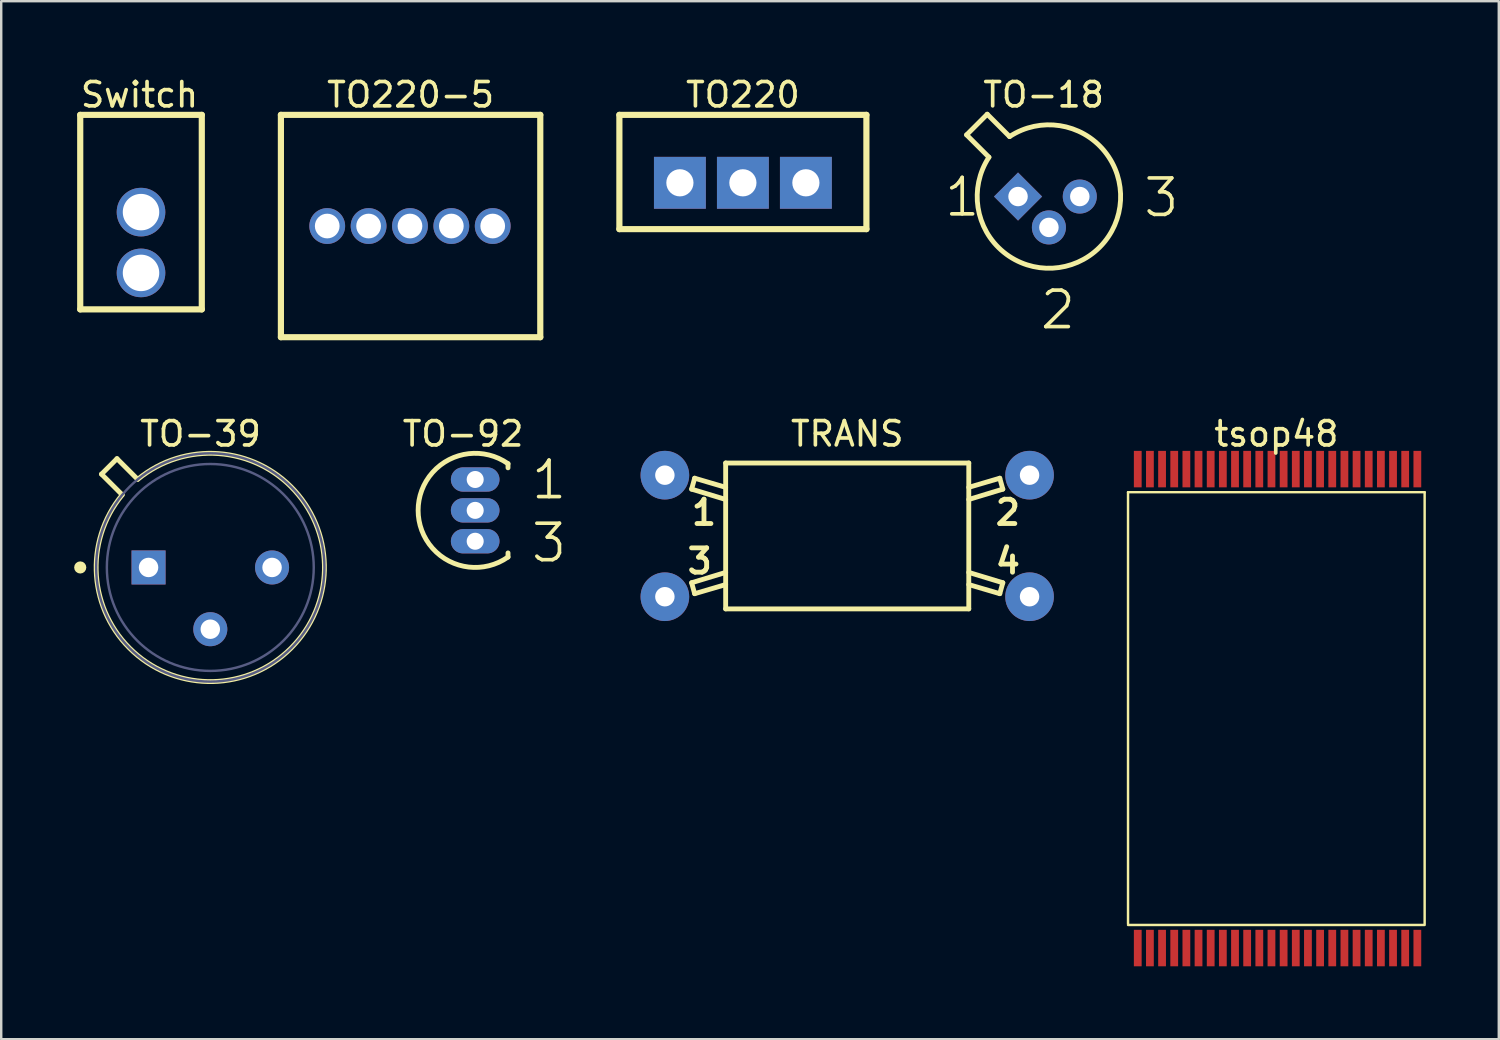
<source format=kicad_pcb>
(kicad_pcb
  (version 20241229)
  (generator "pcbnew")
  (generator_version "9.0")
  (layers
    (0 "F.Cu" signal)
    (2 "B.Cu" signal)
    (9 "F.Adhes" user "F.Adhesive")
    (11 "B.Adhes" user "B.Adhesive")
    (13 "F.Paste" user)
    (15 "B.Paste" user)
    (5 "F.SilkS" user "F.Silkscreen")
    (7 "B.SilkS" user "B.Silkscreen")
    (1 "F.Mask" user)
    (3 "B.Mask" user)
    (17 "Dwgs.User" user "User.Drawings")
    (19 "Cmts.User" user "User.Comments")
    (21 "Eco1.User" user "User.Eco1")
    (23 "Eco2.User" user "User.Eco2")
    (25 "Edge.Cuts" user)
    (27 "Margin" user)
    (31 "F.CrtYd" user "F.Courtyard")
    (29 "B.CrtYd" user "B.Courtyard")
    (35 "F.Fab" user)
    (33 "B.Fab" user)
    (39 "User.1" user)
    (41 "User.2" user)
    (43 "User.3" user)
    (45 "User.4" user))
  (footprint "tsop48"
    (layer "F.Cu")
    (at 44.747 26.095)
    (property "Reference" "tsop48" (at 4.7 -11.3 0) (layer "F.SilkS") (effects (font (size 1 1) (thickness 0.15))))
    (fp_line (start -1.4 -8.9) (end 10.8 -8.9) (stroke (width 0.1) (type solid)) (layer "F.SilkS"))
    (fp_line (start -1.4 8.85) (end -1.4 -8.9) (stroke (width 0.1) (type solid)) (layer "F.SilkS"))
    (fp_line (start -1.4 8.9) (end 10.8 8.9) (stroke (width 0.1) (type solid)) (layer "F.SilkS"))
    (fp_line (start 10.8 8.85) (end 10.8 -8.9) (stroke (width 0.1) (type solid)) (layer "F.SilkS"))
    (pad "1" smd rect (at -1 9.85) (size 0.32 1.5) (layers "F.Cu" "F.Mask" "F.Paste"))
    (pad "2" smd rect (at -0.5 9.85) (size 0.32 1.5) (layers "F.Cu" "F.Mask" "F.Paste"))
    (pad "3" smd rect (at 0 9.85) (size 0.32 1.5) (layers "F.Cu" "F.Mask" "F.Paste"))
    (pad "4" smd rect (at 0.5 9.85) (size 0.32 1.5) (layers "F.Cu" "F.Mask" "F.Paste"))
    (pad "5" smd rect (at 1 9.85) (size 0.32 1.5) (layers "F.Cu" "F.Mask" "F.Paste"))
    (pad "6" smd rect (at 1.5 9.85) (size 0.32 1.5) (layers "F.Cu" "F.Mask" "F.Paste"))
    (pad "7" smd rect (at 2 9.85) (size 0.32 1.5) (layers "F.Cu" "F.Mask" "F.Paste"))
    (pad "8" smd rect (at 2.5 9.85) (size 0.32 1.5) (layers "F.Cu" "F.Mask" "F.Paste"))
    (pad "9" smd rect (at 3 9.85) (size 0.32 1.5) (layers "F.Cu" "F.Mask" "F.Paste"))
    (pad "10" smd rect (at 3.5 9.85) (size 0.32 1.5) (layers "F.Cu" "F.Mask" "F.Paste"))
    (pad "11" smd rect (at 4 9.85) (size 0.32 1.5) (layers "F.Cu" "F.Mask" "F.Paste"))
    (pad "12" smd rect (at 4.5 9.85) (size 0.32 1.5) (layers "F.Cu" "F.Mask" "F.Paste"))
    (pad "13" smd rect (at 5 9.85) (size 0.32 1.5) (layers "F.Cu" "F.Mask" "F.Paste"))
    (pad "14" smd rect (at 5.5 9.85) (size 0.32 1.5) (layers "F.Cu" "F.Mask" "F.Paste"))
    (pad "15" smd rect (at 6 9.85) (size 0.32 1.5) (layers "F.Cu" "F.Mask" "F.Paste"))
    (pad "16" smd rect (at 6.5 9.85) (size 0.32 1.5) (layers "F.Cu" "F.Mask" "F.Paste"))
    (pad "17" smd rect (at 7 9.85) (size 0.32 1.5) (layers "F.Cu" "F.Mask" "F.Paste"))
    (pad "18" smd rect (at 7.5 9.85) (size 0.32 1.5) (layers "F.Cu" "F.Mask" "F.Paste"))
    (pad "19" smd rect (at 8 9.85) (size 0.32 1.5) (layers "F.Cu" "F.Mask" "F.Paste"))
    (pad "20" smd rect (at 8.5 9.85) (size 0.32 1.5) (layers "F.Cu" "F.Mask" "F.Paste"))
    (pad "21" smd rect (at 9 9.85) (size 0.32 1.5) (layers "F.Cu" "F.Mask" "F.Paste"))
    (pad "22" smd rect (at 9.5 9.85) (size 0.32 1.5) (layers "F.Cu" "F.Mask" "F.Paste"))
    (pad "23" smd rect (at 10 9.85) (size 0.32 1.5) (layers "F.Cu" "F.Mask" "F.Paste"))
    (pad "24" smd rect (at 10.5 9.85) (size 0.32 1.5) (layers "F.Cu" "F.Mask" "F.Paste"))
    (pad "25" smd rect (at 10.5 -9.85) (size 0.32 1.5) (layers "F.Cu" "F.Mask" "F.Paste"))
    (pad "26" smd rect (at 10 -9.85) (size 0.32 1.5) (layers "F.Cu" "F.Mask" "F.Paste"))
    (pad "27" smd rect (at 9.5 -9.85) (size 0.32 1.5) (layers "F.Cu" "F.Mask" "F.Paste"))
    (pad "28" smd rect (at 9 -9.85) (size 0.32 1.5) (layers "F.Cu" "F.Mask" "F.Paste"))
    (pad "29" smd rect (at 8.5 -9.85) (size 0.32 1.5) (layers "F.Cu" "F.Mask" "F.Paste"))
    (pad "30" smd rect (at 8 -9.85) (size 0.32 1.5) (layers "F.Cu" "F.Mask" "F.Paste"))
    (pad "31" smd rect (at 7.5 -9.85) (size 0.32 1.5) (layers "F.Cu" "F.Mask" "F.Paste"))
    (pad "32" smd rect (at 7 -9.85) (size 0.32 1.5) (layers "F.Cu" "F.Mask" "F.Paste"))
    (pad "33" smd rect (at 6.499 -9.85) (size 0.32 1.5) (layers "F.Cu" "F.Mask" "F.Paste"))
    (pad "34" smd rect (at 6 -9.85) (size 0.32 1.5) (layers "F.Cu" "F.Mask" "F.Paste"))
    (pad "35" smd rect (at 5.5 -9.85) (size 0.32 1.5) (layers "F.Cu" "F.Mask" "F.Paste"))
    (pad "36" smd rect (at 5 -9.85) (size 0.32 1.5) (layers "F.Cu" "F.Mask" "F.Paste"))
    (pad "37" smd rect (at 4.5 -9.85) (size 0.32 1.5) (layers "F.Cu" "F.Mask" "F.Paste"))
    (pad "38" smd rect (at 3.999 -9.85) (size 0.32 1.5) (layers "F.Cu" "F.Mask" "F.Paste"))
    (pad "39" smd rect (at 3.5 -9.85) (size 0.32 1.5) (layers "F.Cu" "F.Mask" "F.Paste"))
    (pad "40" smd rect (at 3 -9.85) (size 0.32 1.5) (layers "F.Cu" "F.Mask" "F.Paste"))
    (pad "41" smd rect (at 2.5 -9.85) (size 0.32 1.5) (layers "F.Cu" "F.Mask" "F.Paste"))
    (pad "42" smd rect (at 2 -9.85) (size 0.32 1.5) (layers "F.Cu" "F.Mask" "F.Paste"))
    (pad "43" smd rect (at 1.499 -9.85) (size 0.32 1.5) (layers "F.Cu" "F.Mask" "F.Paste"))
    (pad "44" smd rect (at 1 -9.85) (size 0.32 1.5) (layers "F.Cu" "F.Mask" "F.Paste"))
    (pad "45" smd rect (at 0.5 -9.85) (size 0.32 1.5) (layers "F.Cu" "F.Mask" "F.Paste"))
    (pad "46" smd rect (at 0 -9.85) (size 0.32 1.5) (layers "F.Cu" "F.Mask" "F.Paste"))
    (pad "47" smd rect (at -0.5 -9.85) (size 0.32 1.5) (layers "F.Cu" "F.Mask" "F.Paste"))
    (pad "48" smd rect (at -1 -9.85) (size 0.32 1.5) (layers "F.Cu" "F.Mask" "F.Paste")))
  (footprint "TO-39"
    (layer "F.Cu")
    (at 5.6 20.29)
    (property "Reference" "TO-39" (at -0.403 -5.495 0) (layer "F.SilkS") (effects (font (size 1 1) (thickness 0.15))))
    (fp_line (start -4.475 -3.838) (end -3.838 -4.475) (stroke (width 0.2) (type solid)) (layer "F.SilkS"))
    (fp_line (start -4.475 -3.838) (end -3.626 -2.99) (stroke (width 0.2) (type solid)) (layer "F.SilkS"))
    (fp_line (start -3.838 -4.475) (end -2.99 -3.626) (stroke (width 0.2) (type solid)) (layer "F.SilkS"))
    (fp_arc (start -2.986767 -3.622465) (mid 3.319867 3.319867) (end -3.622465 -2.986767) (stroke (width 0.2) (type solid)) (layer "F.SilkS"))
    (fp_circle (center -5.35 0) (end -5.35 -0.125) (stroke (width 0.25) (type solid)) (fill no) (layer "F.SilkS"))
    (fp_line (start -0.5 0) (end 0.5 0) (stroke (width 0.1) (type solid)) (layer "Eco2.User"))
    (fp_line (start 0 0.5) (end 0 -0.5) (stroke (width 0.1) (type solid)) (layer "Eco2.User"))
    (fp_circle (center 0 0) (end 0 -4.695) (stroke (width 0.1) (type solid)) (fill no) (layer "B.Fab"))
    (fp_circle (center 0 0) (end 0 -4.255) (stroke (width 0.1) (type solid)) (fill no) (layer "B.Fab"))
    (pad "1" thru_hole rect (at -2.54 0) (size 1.4 1.4) (drill 0.8) (layers "*.Cu" "*.Mask"))
    (pad "2" thru_hole circle (at 0 2.54) (size 1.4 1.4) (drill 0.8) (layers "*.Cu" "*.Mask"))
    (pad "3" thru_hole circle (at 2.54 0) (size 1.4 1.4) (drill 0.8) (layers "*.Cu" "*.Mask")))
  (footprint "TRANS"
    (layer "F.Cu")
    (at 31.797 18.994)
    (property "Reference" "TRANS" (at 0 -4.2 0) (layer "F.SilkS") (effects (font (size 1 1) (thickness 0.15))))
    (fp_line (start -6.4 -1.925) (end -6.275 -2.375) (stroke (width 0.2) (type solid)) (layer "F.SilkS"))
    (fp_line (start -6.4 -1.925) (end -5 -1.5) (stroke (width 0.2) (type solid)) (layer "F.SilkS"))
    (fp_line (start -6.4 1.925) (end -6.275 2.375) (stroke (width 0.2) (type solid)) (layer "F.SilkS"))
    (fp_line (start -6.4 1.925) (end -5 1.5) (stroke (width 0.2) (type solid)) (layer "F.SilkS"))
    (fp_line (start -6.275 -2.375) (end -5 -2) (stroke (width 0.2) (type solid)) (layer "F.SilkS"))
    (fp_line (start -6.275 2.375) (end -5 2) (stroke (width 0.2) (type solid)) (layer "F.SilkS"))
    (fp_line (start -5 -3) (end 5 -3) (stroke (width 0.2) (type solid)) (layer "F.SilkS"))
    (fp_line (start -5 3) (end -5 -3) (stroke (width 0.2) (type solid)) (layer "F.SilkS"))
    (fp_line (start -5 3) (end 5 3) (stroke (width 0.2) (type solid)) (layer "F.SilkS"))
    (fp_line (start 5 -2) (end 6.275 -2.375) (stroke (width 0.2) (type solid)) (layer "F.SilkS"))
    (fp_line (start 5 -1.5) (end 6.4 -1.925) (stroke (width 0.2) (type solid)) (layer "F.SilkS"))
    (fp_line (start 5 1.5) (end 6.4 1.925) (stroke (width 0.2) (type solid)) (layer "F.SilkS"))
    (fp_line (start 5 2) (end 6.275 2.375) (stroke (width 0.2) (type solid)) (layer "F.SilkS"))
    (fp_line (start 5 3) (end 5 -3) (stroke (width 0.2) (type solid)) (layer "F.SilkS"))
    (fp_line (start 6.275 -2.375) (end 6.4 -1.925) (stroke (width 0.2) (type solid)) (layer "F.SilkS"))
    (fp_line (start 6.275 2.375) (end 6.4 1.925) (stroke (width 0.2) (type solid)) (layer "F.SilkS"))
    (fp_text user "4" (at 6 1.623 0) (unlocked yes) (layer "F.SilkS") (effects (font (size 1 1) (thickness 0.2)) (justify left bottom)))
    (fp_text user "2" (at 6 -0.378 0) (unlocked yes) (layer "F.SilkS") (effects (font (size 1 1) (thickness 0.2)) (justify left bottom)))
    (fp_text user "3" (at -6.675 1.623 0) (unlocked yes) (layer "F.SilkS") (effects (font (size 1 1) (thickness 0.2)) (justify left bottom)))
    (fp_text user "1" (at -6.5 -0.378 0) (unlocked yes) (layer "F.SilkS") (effects (font (size 1 1) (thickness 0.2)) (justify left bottom)))
    (pad "1" thru_hole circle (at -7.5 -2.5 180) (size 2 2) (drill 0.8) (layers "*.Cu" "*.Mask"))
    (pad "2" thru_hole circle (at 7.5 -2.5 180) (size 2 2) (drill 0.8) (layers "*.Cu" "*.Mask"))
    (pad "3" thru_hole circle (at -7.5 2.5 180) (size 2 2) (drill 0.8) (layers "*.Cu" "*.Mask"))
    (pad "4" thru_hole circle (at 7.5 2.5 180) (size 2 2) (drill 0.8) (layers "*.Cu" "*.Mask")))
  (footprint "TO220"
    (layer "F.Cu")
    (at 27.506 4.469)
    (property "Reference" "TO220" (at 0 -3.621 0) (layer "F.SilkS") (effects (font (size 1 1) (thickness 0.15))))
    (fp_line (start -5.08 -2.794) (end 5.08 -2.794) (stroke (width 0.254) (type solid)) (layer "F.SilkS"))
    (fp_line (start -5.08 1.905) (end -5.08 -2.794) (stroke (width 0.254) (type solid)) (layer "F.SilkS"))
    (fp_line (start -5.08 1.905) (end 5.08 1.905) (stroke (width 0.254) (type solid)) (layer "F.SilkS"))
    (fp_line (start 5.08 1.905) (end 5.08 -2.794) (stroke (width 0.254) (type solid)) (layer "F.SilkS"))
    (pad "1" thru_hole rect (at -2.591 0) (size 2.134 2.134) (drill 1.118) (layers "*.Cu" "*.Mask"))
    (pad "2" thru_hole rect (at 0 0) (size 2.134 2.134) (drill 1.118) (layers "*.Cu" "*.Mask"))
    (pad "3" thru_hole rect (at 2.591 0) (size 2.134 2.134) (drill 1.118) (layers "*.Cu" "*.Mask")))
  (footprint "TO-92"
    (layer "F.Cu")
    (at 16.495 17.942)
    (property "Reference" "TO-92" (at -0.499 -3.147 0) (layer "F.SilkS") (effects (font (size 1 1) (thickness 0.15))))
    (fp_line (start 1.35 1.92) (end 1.35 1.75) (stroke (width 0.2) (type solid)) (layer "F.SilkS"))
    (fp_line (start 1.35 -1.75) (end 1.35 -1.92) (stroke (width 0.2) (type solid)) (layer "F.SilkS"))
    (fp_arc (start 1.350003 1.920005) (mid -2.34711 0) (end 1.350003 -1.920005) (stroke (width 0.2) (type solid)) (layer "F.SilkS"))
    (fp_line (start -0.5 0) (end 0.5 0) (stroke (width 0.1) (type solid)) (layer "Eco2.User"))
    (fp_line (start 0 0.5) (end 0 -0.5) (stroke (width 0.1) (type solid)) (layer "Eco2.User"))
    (fp_text user "3" (at 2.224 2.219 0) (unlocked yes) (layer "F.SilkS") (effects (font (size 1.5 1.5) (thickness 0.15)) (justify left bottom)))
    (fp_text user "1" (at 2.224 -0.376 0) (unlocked yes) (layer "F.SilkS") (effects (font (size 1.5 1.5) (thickness 0.15)) (justify left bottom)))
    (pad "1" thru_hole oval (at 0 -1.27) (size 2 1) (drill 0.7) (layers "*.Cu" "*.Mask"))
    (pad "2" thru_hole oval (at 0 0) (size 2 1) (drill 0.7) (layers "*.Cu" "*.Mask"))
    (pad "3" thru_hole oval (at 0 1.27) (size 2 1) (drill 0.7) (layers "*.Cu" "*.Mask")))
  (footprint "TO220-5"
    (layer "F.Cu")
    (at 13.838 6.247)
    (property "Reference" "TO220-5" (at 0 -5.399 0) (layer "F.SilkS") (effects (font (size 1 1) (thickness 0.15))))
    (fp_line (start -5.334 -4.572) (end 5.334 -4.572) (stroke (width 0.254) (type solid)) (layer "F.SilkS"))
    (fp_line (start -5.334 4.572) (end -5.334 -4.572) (stroke (width 0.254) (type solid)) (layer "F.SilkS"))
    (fp_line (start -5.334 4.572) (end 5.334 4.572) (stroke (width 0.254) (type solid)) (layer "F.SilkS"))
    (fp_line (start 5.334 4.572) (end 5.334 -4.572) (stroke (width 0.254) (type solid)) (layer "F.SilkS"))
    (pad "1" thru_hole circle (at -3.429 0) (size 1.473 1.473) (drill 1.016) (layers "*.Cu" "*.Mask"))
    (pad "2" thru_hole circle (at -1.727 0) (size 1.473 1.473) (drill 1.016) (layers "*.Cu" "*.Mask"))
    (pad "3" thru_hole circle (at -0.025 0) (size 1.473 1.473) (drill 1.016) (layers "*.Cu" "*.Mask"))
    (pad "4" thru_hole circle (at 1.676 0) (size 1.473 1.473) (drill 1.016) (layers "*.Cu" "*.Mask"))
    (pad "5" thru_hole circle (at 3.378 0) (size 1.473 1.473) (drill 1.016) (layers "*.Cu" "*.Mask")))
  (footprint "Switch"
    (layer "F.Cu")
    (at 0.25 9.675)
    (property "Reference" "Switch" (at 2.438 -8.827 0) (layer "F.SilkS") (effects (font (size 1 1) (thickness 0.15))))
    (fp_line (start 0 -8) (end 5 -8) (stroke (width 0.254) (type solid)) (layer "F.SilkS"))
    (fp_line (start 0 0) (end 0 -8) (stroke (width 0.254) (type solid)) (layer "F.SilkS"))
    (fp_line (start 0 0) (end 5 0) (stroke (width 0.254) (type solid)) (layer "F.SilkS"))
    (fp_line (start 5 0) (end 5 -8) (stroke (width 0.254) (type solid)) (layer "F.SilkS"))
    (pad "1" thru_hole circle (at 2.5 -4) (size 2 2) (drill 1.5) (layers "*.Cu" "*.Mask"))
    (pad "2" thru_hole circle (at 2.5 -1.5) (size 2 2) (drill 1.5) (layers "*.Cu" "*.Mask")))
  (footprint "TO-18"
    (layer "F.Cu")
    (at 40.093 5.034)
    (property "Reference" "TO-18" (at -0.218 -4.186 0) (layer "F.SilkS") (effects (font (size 1 1) (thickness 0.15))))
    (fp_line (start -3.386 -2.537) (end -2.537 -3.386) (stroke (width 0.2) (type solid)) (layer "F.SilkS"))
    (fp_line (start -3.386 -2.537) (end -2.467 -1.618) (stroke (width 0.2) (type solid)) (layer "F.SilkS"))
    (fp_line (start -2.537 -3.386) (end -1.618 -2.467) (stroke (width 0.2) (type solid)) (layer "F.SilkS"))
    (fp_arc (start -1.618116 -2.466629) (mid 2.085972 2.085972) (end -2.466629 -1.618116) (stroke (width 0.2) (type solid)) (layer "F.SilkS"))
    (fp_line (start -0.5 0) (end 0.5 0) (stroke (width 0.1) (type solid)) (layer "Eco2.User"))
    (fp_line (start 0 0.5) (end 0 -0.5) (stroke (width 0.1) (type solid)) (layer "Eco2.User"))
    (fp_text user "1" (at -4.38 0.903 0) (unlocked yes) (layer "F.SilkS") (effects (font (size 1.5 1.5) (thickness 0.15)) (justify left bottom)))
    (fp_text user "2" (at -0.443 5.539 0) (unlocked yes) (layer "F.SilkS") (effects (font (size 1.5 1.5) (thickness 0.15)) (justify left bottom)))
    (fp_text user "3" (at 3.812 0.926 0) (unlocked yes) (layer "F.SilkS") (effects (font (size 1.5 1.5) (thickness 0.15)) (justify left bottom)))
    (pad "1" thru_hole rect (at -1.27 0 45) (size 1.4 1.4) (drill 0.8) (layers "*.Cu" "*.Mask"))
    (pad "2" thru_hole circle (at 0 1.27) (size 1.4 1.4) (drill 0.8) (layers "*.Cu" "*.Mask"))
    (pad "3" thru_hole circle (at 1.27 0) (size 1.4 1.4) (drill 0.8) (layers "*.Cu" "*.Mask")))
  (gr_rect
    (start -3 -3)
    (end 58.597 39.694)
    (stroke (width 0.1) (type default))
    (fill no)
    (layer "Edge.Cuts")))
</source>
